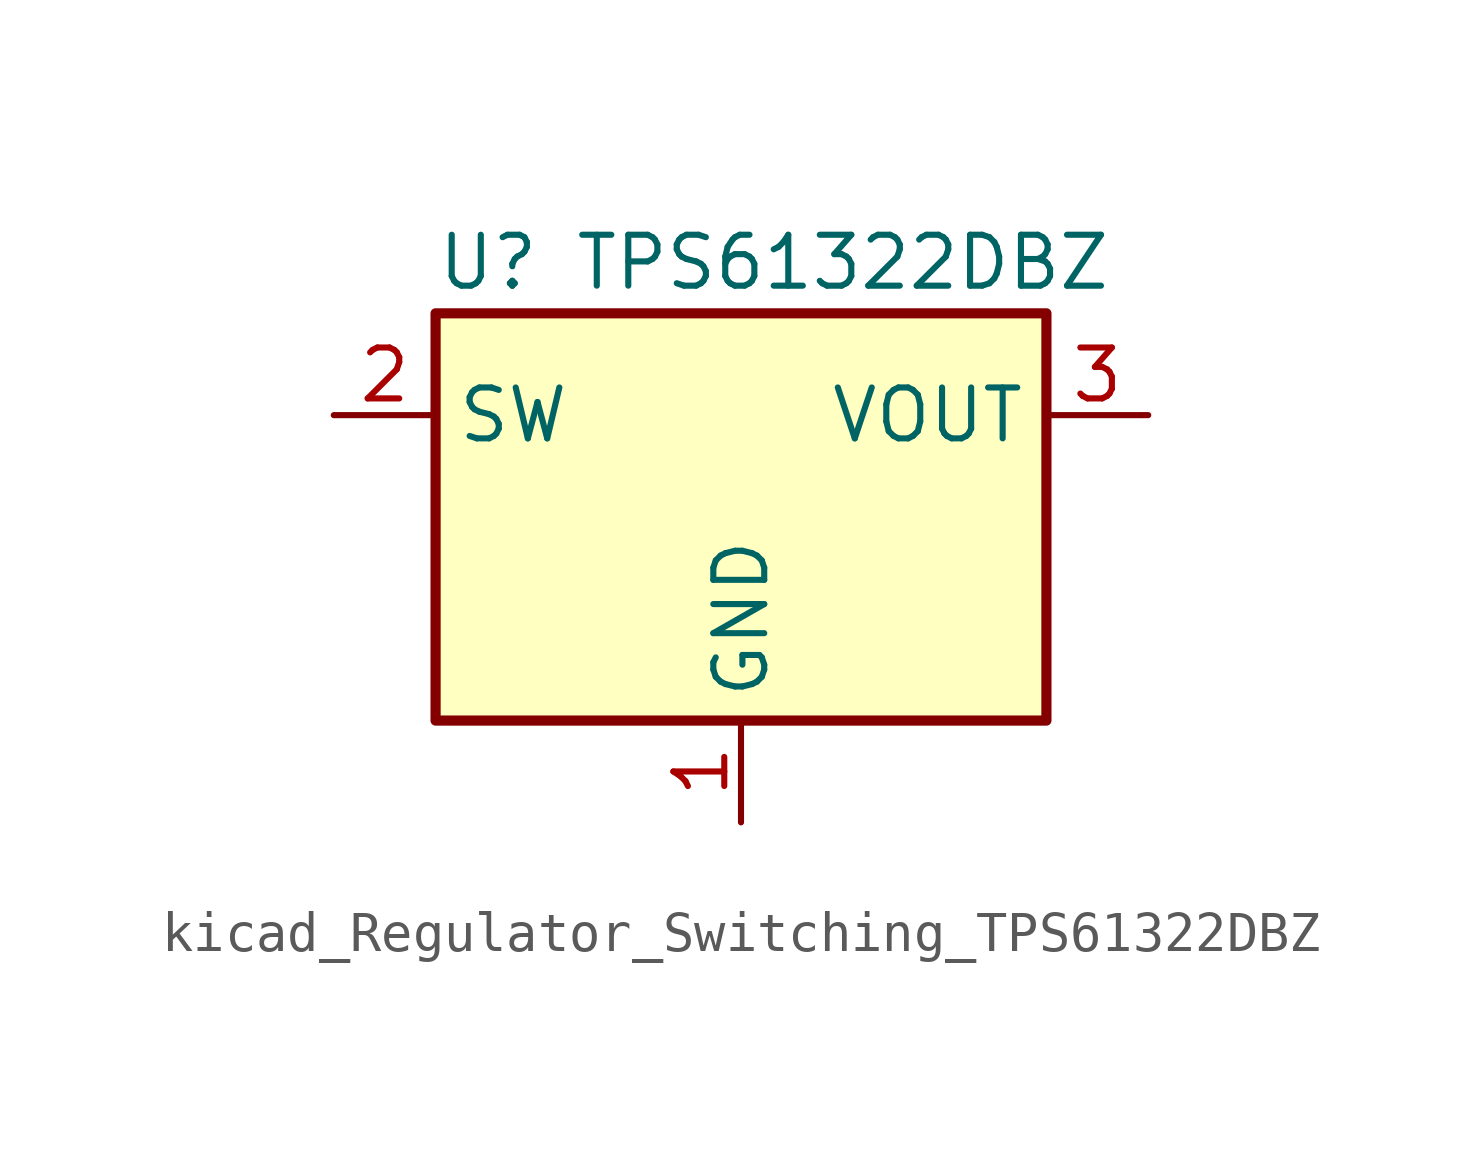
<source format=kicad_sym>
(kicad_symbol_lib
  (version 20220914)
  (generator kicad_symbol_editor)
  (symbol "kicad_Regulator_Switching_TPS61322DBZ"
    (property "Reference" "U"
      (at -7.62 6.35 0)
      (effects (font (size 1.27 1.27)) (justify left)))
    (property "Value" "TPS61322DBZ"
      (at 2.54 6.35 0)
      (effects (font (size 1.27 1.27))))
    (symbol "kicad_Regulator_Switching_TPS61322DBZ_0_1"
      (rectangle (start -7.62 5.08) (end 7.62 -5.08) (stroke (width 0.254) (type default)) (fill (type background))))
    (symbol "kicad_Regulator_Switching_TPS61322DBZ_1_1"
      (pin power_in line (at 0 -7.62 90) (length 2.54) (name "GND" (effects (font (size 1.27 1.27)))) (number "1" (effects (font (size 1.27 1.27)))))
      (pin power_in line (at -10.16 2.54 0) (length 2.54) (name "SW" (effects (font (size 1.27 1.27)))) (number "2" (effects (font (size 1.27 1.27)))))
      (pin power_out line (at 10.16 2.54 180) (length 2.54) (name "VOUT" (effects (font (size 1.27 1.27)))) (number "3" (effects (font (size 1.27 1.27))))))))
</source>
